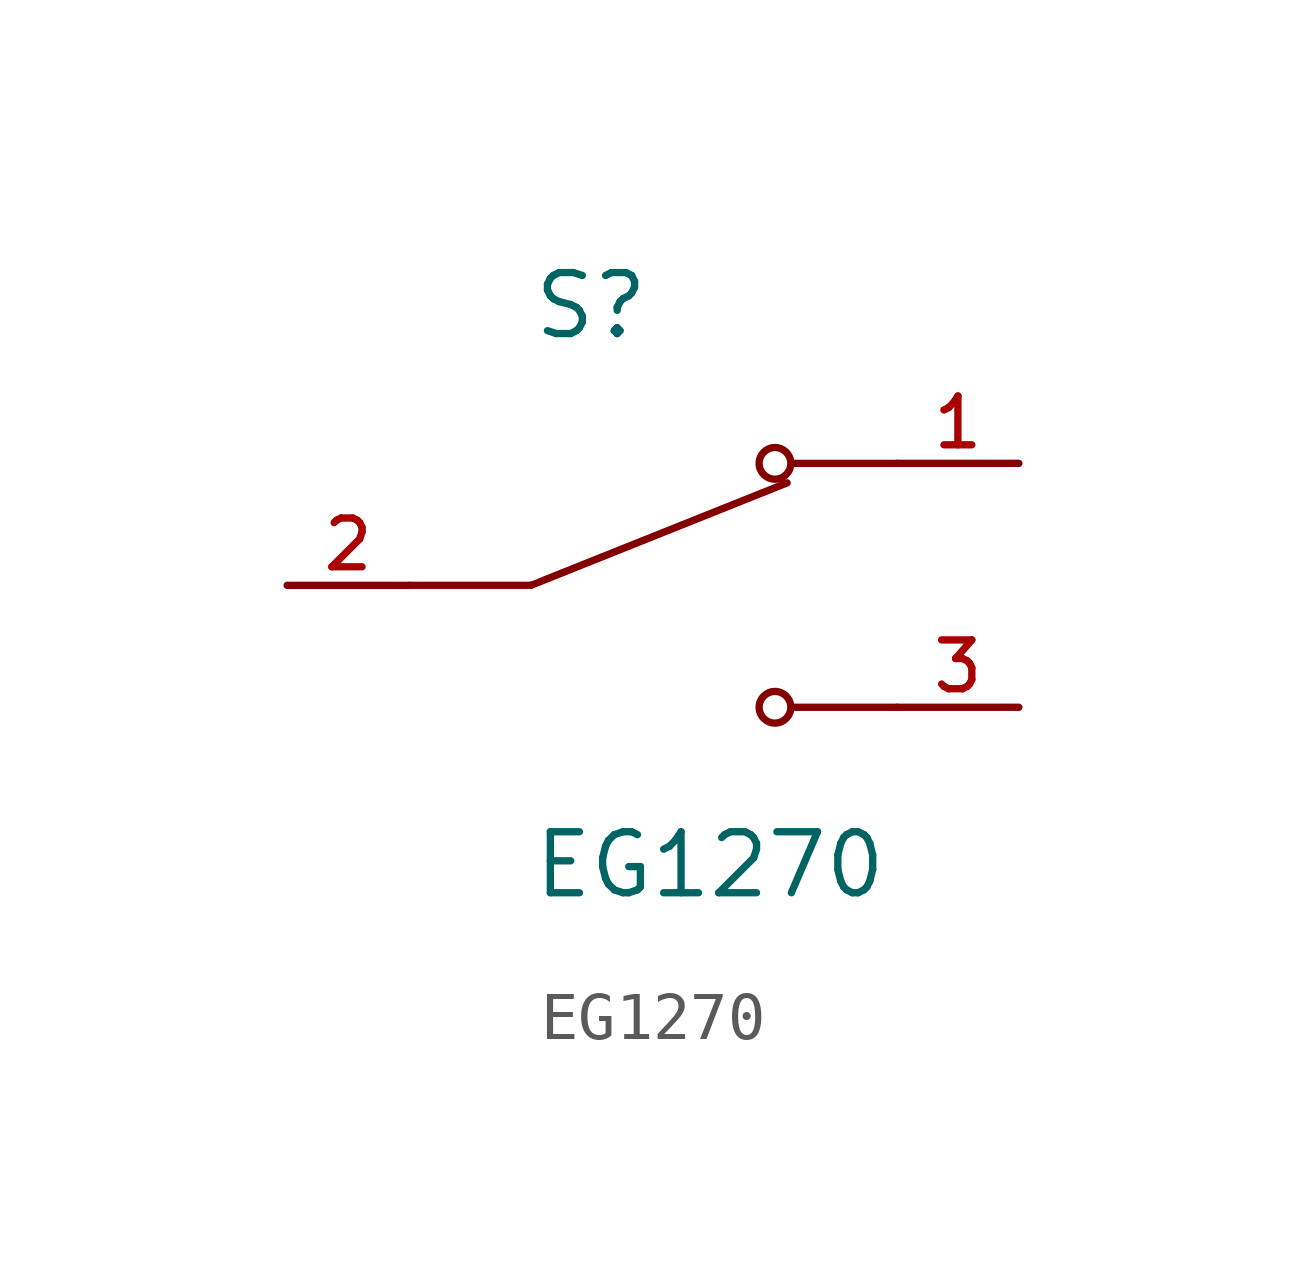
<source format=kicad_sym>
(kicad_symbol_lib
  (version 20211014)
  (generator kicad_symbol_editor)
  (symbol "EG1270"
    (pin_names
      (offset 1.016))
    (property "Reference" "S"
      (at -2.54 5.08 0)
      (effects (font (size 1.27 1.27)) (justify bottom left)))
    (property "Value" "EG1270"
      (at -2.54 -5.08 0)
      (effects (font (size 1.27 1.27)) (justify top left)))
    (symbol "EG1270_0_0"
      (polyline (pts (xy -2.54 0.0) (xy 2.794 2.134)) (stroke (width 0.152)))
      (circle (center 2.54 2.54) (radius 0.33) (stroke (width 0.152)) (fill (type none)))
      (circle (center 2.54 -2.54) (radius 0.33) (stroke (width 0.152)) (fill (type none)))
      (polyline (pts (xy 5.08 -2.54) (xy 2.921 -2.54)) (stroke (width 0.152)))
      (polyline (pts (xy 5.08 2.54) (xy 2.921 2.54)) (stroke (width 0.152)))
      (polyline (pts (xy -2.54 0.0) (xy -5.08 0.0)) (stroke (width 0.152)))
      (pin passive line (at 7.62 2.54 180.0) (length 2.54) (name "~" (effects (font (size 1.016 1.016)))) (number "1" (effects (font (size 1.016 1.016)))))
      (pin passive line (at -7.62 0.0 0) (length 2.54) (name "~" (effects (font (size 1.016 1.016)))) (number "2" (effects (font (size 1.016 1.016)))))
      (pin passive line (at 7.62 -2.54 180.0) (length 2.54) (name "~" (effects (font (size 1.016 1.016)))) (number "3" (effects (font (size 1.016 1.016))))))))
</source>
